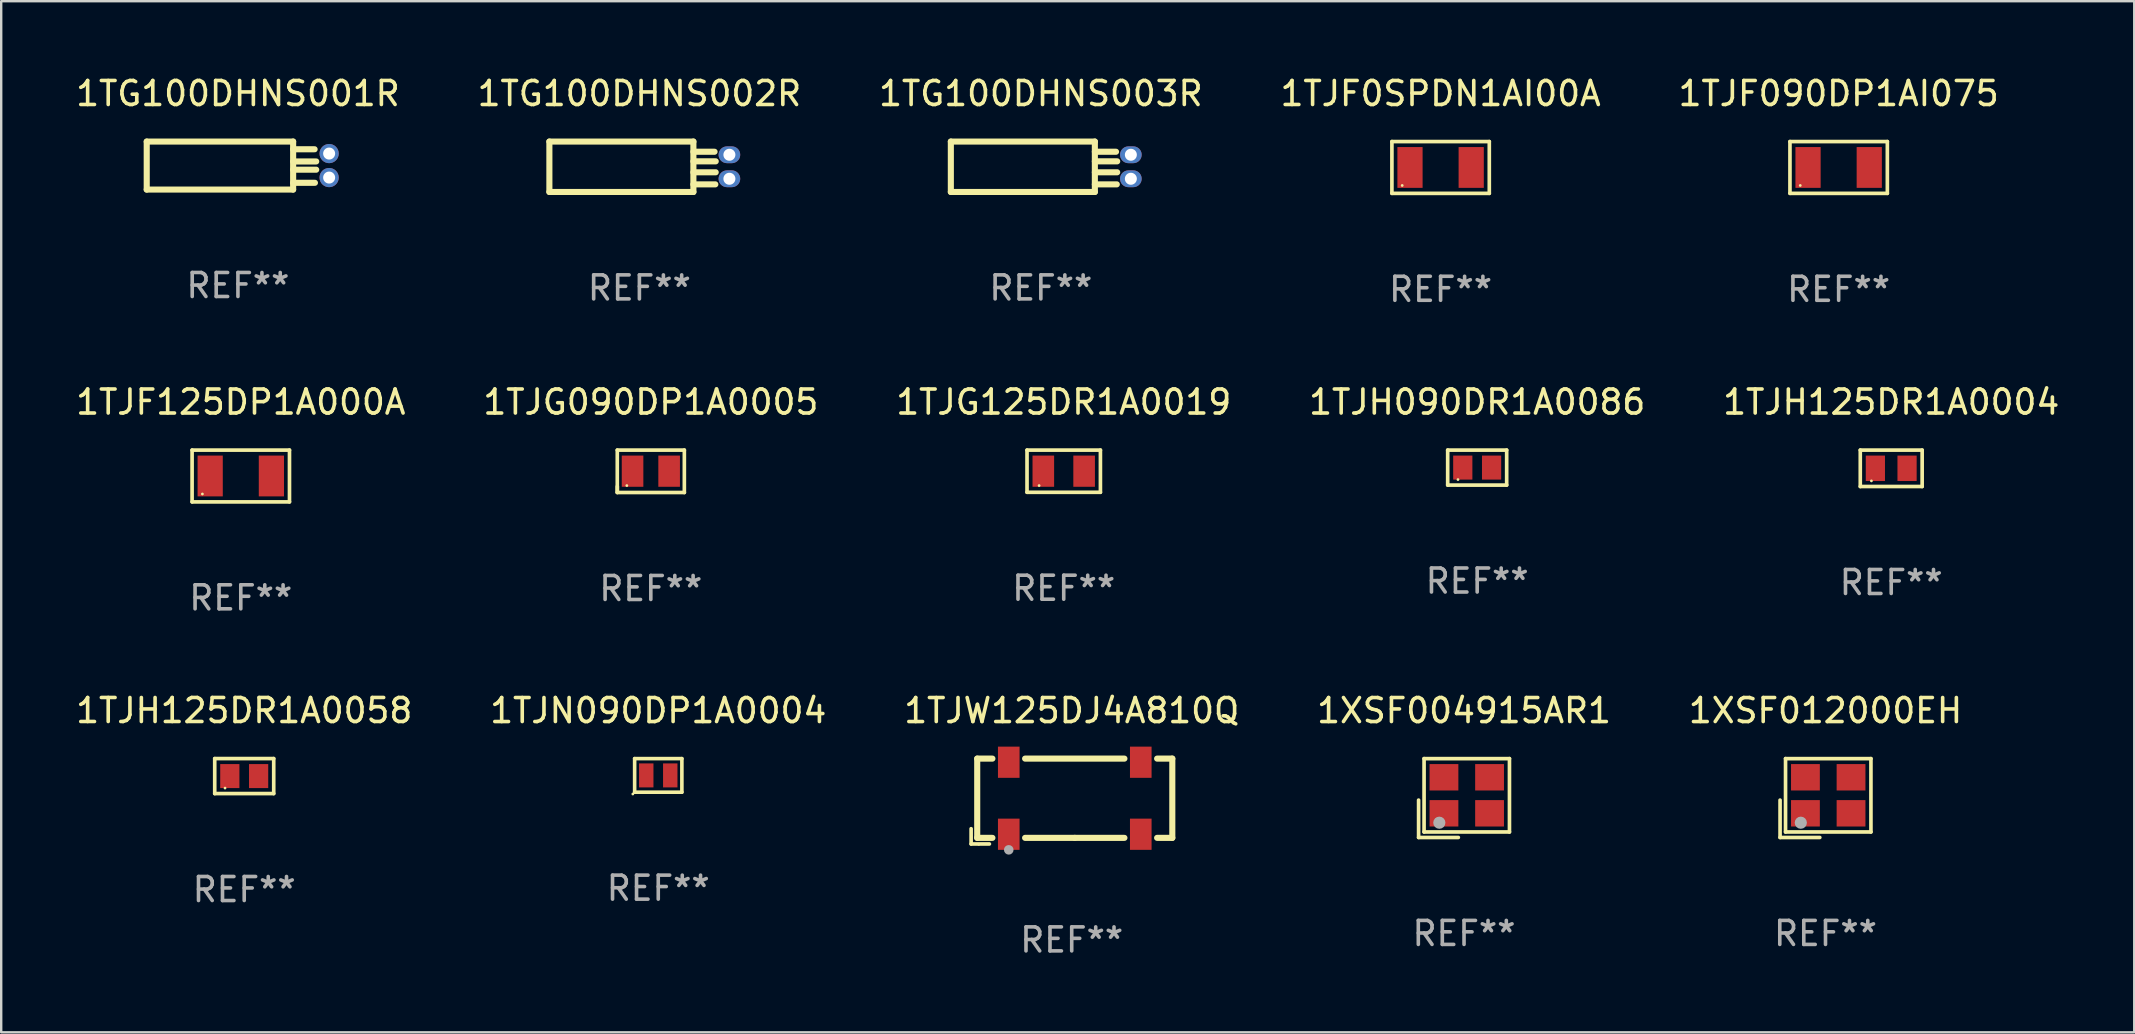
<source format=kicad_pcb>
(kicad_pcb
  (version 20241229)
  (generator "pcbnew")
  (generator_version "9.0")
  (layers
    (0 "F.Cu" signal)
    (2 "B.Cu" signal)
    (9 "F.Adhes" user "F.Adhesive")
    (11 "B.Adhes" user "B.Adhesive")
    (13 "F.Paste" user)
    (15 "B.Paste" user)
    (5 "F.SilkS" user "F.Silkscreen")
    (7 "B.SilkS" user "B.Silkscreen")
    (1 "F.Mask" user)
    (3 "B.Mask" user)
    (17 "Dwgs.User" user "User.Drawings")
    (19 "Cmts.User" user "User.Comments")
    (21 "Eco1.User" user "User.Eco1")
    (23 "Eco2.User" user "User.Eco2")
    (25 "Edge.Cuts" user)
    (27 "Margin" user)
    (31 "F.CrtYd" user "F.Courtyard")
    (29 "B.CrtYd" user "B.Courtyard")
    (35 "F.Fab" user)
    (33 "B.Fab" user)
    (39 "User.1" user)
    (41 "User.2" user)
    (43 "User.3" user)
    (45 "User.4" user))
  (footprint "1TJW125DJ4A810Q"
    (layer "F.Cu")
    (at 41.601 30.334)
    (property "Reference" "1TJW125DJ4A810Q" (at 0 -3.778 0) (layer "F.SilkS") (effects (font (size 1 1) (thickness 0.15))))
    (attr through_hole)
    (fp_line (start -4.191 1.143) (end -4.191 1.778) (stroke (width 0.152) (type solid)) (layer "F.SilkS"))
    (fp_line (start -4.191 1.778) (end -3.429 1.778) (stroke (width 0.152) (type solid)) (layer "F.SilkS"))
    (fp_line (start -3.937 -1.778) (end -3.304 -1.778) (stroke (width 0.254) (type solid)) (layer "F.SilkS"))
    (fp_line (start -3.937 1.524) (end -3.937 -1.778) (stroke (width 0.254) (type solid)) (layer "F.SilkS"))
    (fp_line (start -3.304 1.524) (end -3.937 1.524) (stroke (width 0.254) (type solid)) (layer "F.SilkS"))
    (fp_line (start -1.942 -1.778) (end 2.196 -1.778) (stroke (width 0.254) (type solid)) (layer "F.SilkS"))
    (fp_line (start 0.127 1.524) (end -1.942 1.524) (stroke (width 0.254) (type solid)) (layer "F.SilkS"))
    (fp_line (start 2.196 1.524) (end 0.127 1.524) (stroke (width 0.254) (type solid)) (layer "F.SilkS"))
    (fp_line (start 3.558 -1.778) (end 4.191 -1.778) (stroke (width 0.254) (type solid)) (layer "F.SilkS"))
    (fp_line (start 4.191 -1.778) (end 4.191 1.524) (stroke (width 0.254) (type solid)) (layer "F.SilkS"))
    (fp_line (start 4.191 1.524) (end 3.558 1.524) (stroke (width 0.254) (type solid)) (layer "F.SilkS"))
    (fp_circle (center -3.873 1.792) (end -3.843 1.792) (stroke (width 0.06) (type solid)) (fill no) (layer "F.SilkS"))
    (fp_circle (center -2.623 2.023) (end -2.523 2.023) (stroke (width 0.2) (type solid)) (fill no) (layer "F.Fab"))
    (fp_text user "REF**" (at 0 5.778 0) (layer "F.Fab") (effects (font (size 1 1) (thickness 0.15))))
    (pad "1" smd rect (at -2.623 1.373) (size 0.9 1.3) (layers "F.Cu" "F.Mask" "F.Paste"))
    (pad "2" smd rect (at 2.877 1.373) (size 0.9 1.3) (layers "F.Cu" "F.Mask" "F.Paste"))
    (pad "3" smd rect (at 2.877 -1.627) (size 0.9 1.3) (layers "F.Cu" "F.Mask" "F.Paste"))
    (pad "4" smd rect (at -2.623 -1.627) (size 0.9 1.3) (layers "F.Cu" "F.Mask" "F.Paste")))
  (footprint "1TJF0SPDN1AI00A"
    (layer "F.Cu")
    (at 56.97 3.927)
    (property "Reference" "1TJF0SPDN1AI00A" (at 0 -3.079 0) (layer "F.SilkS") (effects (font (size 1 1) (thickness 0.15))))
    (attr through_hole)
    (fp_line (start -2.029 -1.079) (end 2.029 -1.079) (stroke (width 0.152) (type solid)) (layer "F.SilkS"))
    (fp_line (start -2.029 1.079) (end -2.029 -1.079) (stroke (width 0.152) (type solid)) (layer "F.SilkS"))
    (fp_line (start 2.029 -1.079) (end 2.029 1.079) (stroke (width 0.152) (type solid)) (layer "F.SilkS"))
    (fp_line (start 2.029 1.079) (end -2.029 1.079) (stroke (width 0.152) (type solid)) (layer "F.SilkS"))
    (fp_circle (center -1.6 0.75) (end -1.57 0.75) (stroke (width 0.06) (type solid)) (fill no) (layer "F.SilkS"))
    (fp_text user "REF**" (at 0 5.079 0) (layer "F.Fab") (effects (font (size 1 1) (thickness 0.15))))
    (pad "1" smd rect (at -1.275 0) (size 1.05 1.7) (layers "F.Cu" "F.Mask" "F.Paste"))
    (pad "2" smd rect (at 1.275 0) (size 1.05 1.7) (layers "F.Cu" "F.Mask" "F.Paste")))
  (footprint "1TJG090DP1A0005"
    (layer "F.Cu")
    (at 24.065 16.586)
    (property "Reference" "1TJG090DP1A0005" (at 0 -2.884 0) (layer "F.SilkS") (effects (font (size 1 1) (thickness 0.15))))
    (attr through_hole)
    (fp_line (start -1.397 -0.884) (end 1.397 -0.884) (stroke (width 0.152) (type solid)) (layer "F.SilkS"))
    (fp_line (start -1.397 0.874) (end -1.397 -0.884) (stroke (width 0.152) (type solid)) (layer "F.SilkS"))
    (fp_line (start -1.397 0.884) (end -1.396 0.63) (stroke (width 0.152) (type solid)) (layer "F.SilkS"))
    (fp_line (start 1.397 -0.884) (end 1.397 0.884) (stroke (width 0.152) (type solid)) (layer "F.SilkS"))
    (fp_line (start 1.397 0.884) (end -1.397 0.884) (stroke (width 0.152) (type solid)) (layer "F.SilkS"))
    (fp_circle (center -0.999 0.595) (end -0.969 0.595) (stroke (width 0.06) (type solid)) (fill no) (layer "F.SilkS"))
    (fp_text user "REF**" (at 0 4.884 0) (layer "F.Fab") (effects (font (size 1 1) (thickness 0.15))))
    (pad "1" smd rect (at -0.761 -0.005) (size 0.9 1.3) (layers "F.Cu" "F.Mask" "F.Paste"))
    (pad "2" smd rect (at 0.763 -0.005) (size 0.9 1.3) (layers "F.Cu" "F.Mask" "F.Paste")))
  (footprint "1TJH125DR1A0004"
    (layer "F.Cu")
    (at 75.744 16.461)
    (property "Reference" "1TJH125DR1A0004" (at 0 -2.759 0) (layer "F.SilkS") (effects (font (size 1 1) (thickness 0.15))))
    (attr through_hole)
    (fp_line (start -1.289 -0.759) (end 1.289 -0.759) (stroke (width 0.152) (type solid)) (layer "F.SilkS"))
    (fp_line (start -1.289 0.759) (end -1.289 -0.759) (stroke (width 0.152) (type solid)) (layer "F.SilkS"))
    (fp_line (start 1.289 -0.759) (end 1.289 0.759) (stroke (width 0.152) (type solid)) (layer "F.SilkS"))
    (fp_line (start 1.289 0.759) (end -1.289 0.759) (stroke (width 0.152) (type solid)) (layer "F.SilkS"))
    (fp_circle (center -0.825 0.525) (end -0.795 0.525) (stroke (width 0.06) (type solid)) (fill no) (layer "F.SilkS"))
    (fp_text user "REF**" (at 0 4.759 0) (layer "F.Fab") (effects (font (size 1 1) (thickness 0.15))))
    (pad "1" smd rect (at -0.66 0) (size 0.8 1.06) (layers "F.Cu" "F.Mask" "F.Paste"))
    (pad "2" smd rect (at 0.66 0) (size 0.8 1.06) (layers "F.Cu" "F.Mask" "F.Paste")))
  (footprint "1TJN090DP1A0004"
    (layer "F.Cu")
    (at 24.375 29.256)
    (property "Reference" "1TJN090DP1A0004" (at 0 -2.7 0) (layer "F.SilkS") (effects (font (size 1 1) (thickness 0.15))))
    (attr through_hole)
    (fp_line (start -0.984 -0.7) (end -0.984 0.7) (stroke (width 0.15) (type solid)) (layer "F.SilkS"))
    (fp_line (start 0.984 -0.7) (end -0.984 -0.7) (stroke (width 0.15) (type solid)) (layer "F.SilkS"))
    (fp_line (start 0.984 0.7) (end -0.984 0.7) (stroke (width 0.15) (type solid)) (layer "F.SilkS"))
    (fp_line (start 0.984 -0.7) (end 0.984 0.7) (stroke (width 0.15) (type solid)) (layer "F.SilkS"))
    (fp_circle (center -1.059 0.775) (end -1.029 0.775) (stroke (width 0.06) (type solid)) (fill no) (layer "F.SilkS"))
    (fp_text user "REF**" (at 0 4.7 0) (layer "F.Fab") (effects (font (size 1 1) (thickness 0.15))))
    (pad "1" smd rect (at -0.5 0 90) (size 1 0.6) (layers "F.Cu" "F.Mask" "F.Paste"))
    (pad "2" smd rect (at 0.5 0 90) (size 1 0.6) (layers "F.Cu" "F.Mask" "F.Paste")))
  (footprint "1TG100DHNS001R"
    (layer "F.Cu")
    (at 6.863 3.848)
    (property "Reference" "1TG100DHNS001R" (at 0 -3 0) (layer "F.SilkS") (effects (font (size 1 1) (thickness 0.15))))
    (attr through_hole)
    (fp_line (start -3.8 1) (end -3.8 -1) (stroke (width 0.254) (type solid)) (layer "F.SilkS"))
    (fp_line (start 2.3 -1) (end -3.8 -1) (stroke (width 0.254) (type solid)) (layer "F.SilkS"))
    (fp_line (start 2.3 -1) (end 2.3 1) (stroke (width 0.254) (type solid)) (layer "F.SilkS"))
    (fp_line (start 2.3 -0.679) (end 3.195 -0.679) (stroke (width 0.254) (type solid)) (layer "F.SilkS"))
    (fp_line (start 2.3 -0.171) (end 3.262 -0.171) (stroke (width 0.254) (type solid)) (layer "F.SilkS"))
    (fp_line (start 2.3 0.172) (end 3.261 0.172) (stroke (width 0.254) (type solid)) (layer "F.SilkS"))
    (fp_line (start 2.3 0.718) (end 3.208 0.718) (stroke (width 0.254) (type solid)) (layer "F.SilkS"))
    (fp_line (start 2.3 1) (end -3.8 1) (stroke (width 0.254) (type solid)) (layer "F.SilkS"))
    (fp_circle (center -3.8 -1) (end -3.77 -1) (stroke (width 0.06) (type solid)) (fill no) (layer "F.SilkS"))
    (fp_text user "REF**" (at 0 5 0) (layer "F.Fab") (effects (font (size 1 1) (thickness 0.15))))
    (pad "1" thru_hole circle (at 3.8 -0.5) (size 0.8 0.8) (drill 0.5) (layers "*.Cu" "*.Mask"))
    (pad "2" thru_hole circle (at 3.8 0.5) (size 0.8 0.8) (drill 0.5) (layers "*.Cu" "*.Mask")))
  (footprint "1TJG125DR1A0019"
    (layer "F.Cu")
    (at 41.268 16.581)
    (property "Reference" "1TJG125DR1A0019" (at 0 -2.879 0) (layer "F.SilkS") (effects (font (size 1 1) (thickness 0.15))))
    (attr through_hole)
    (fp_line (start -1.529 -0.879) (end 1.529 -0.879) (stroke (width 0.152) (type solid)) (layer "F.SilkS"))
    (fp_line (start -1.529 0.879) (end -1.529 -0.879) (stroke (width 0.152) (type solid)) (layer "F.SilkS"))
    (fp_line (start 1.529 -0.879) (end 1.529 0.879) (stroke (width 0.152) (type solid)) (layer "F.SilkS"))
    (fp_line (start 1.529 0.879) (end -1.529 0.879) (stroke (width 0.152) (type solid)) (layer "F.SilkS"))
    (fp_circle (center -1.025 0.6) (end -0.995 0.6) (stroke (width 0.06) (type solid)) (fill no) (layer "F.SilkS"))
    (fp_text user "REF**" (at 0 4.879 0) (layer "F.Fab") (effects (font (size 1 1) (thickness 0.15))))
    (pad "1" smd rect (at -0.85 0) (size 0.9 1.3) (layers "F.Cu" "F.Mask" "F.Paste"))
    (pad "2" smd rect (at 0.85 0) (size 0.9 1.3) (layers "F.Cu" "F.Mask" "F.Paste")))
  (footprint "1TG100DHNS003R"
    (layer "F.Cu")
    (at 40.315 3.898)
    (property "Reference" "1TG100DHNS003R" (at 0 -3.05 0) (layer "F.SilkS") (effects (font (size 1 1) (thickness 0.15))))
    (attr through_hole)
    (fp_line (start -3.75 -1.05) (end -3.75 1.05) (stroke (width 0.254) (type solid)) (layer "F.SilkS"))
    (fp_line (start 2.25 -1.05) (end -3.75 -1.05) (stroke (width 0.254) (type solid)) (layer "F.SilkS"))
    (fp_line (start 2.25 -1.05) (end 2.25 1.05) (stroke (width 0.254) (type solid)) (layer "F.SilkS"))
    (fp_line (start 2.25 -0.626) (end 3.132 -0.626) (stroke (width 0.254) (type solid)) (layer "F.SilkS"))
    (fp_line (start 2.25 -0.226) (end 3.181 -0.226) (stroke (width 0.254) (type solid)) (layer "F.SilkS"))
    (fp_line (start 2.25 0.23) (end 3.18 0.23) (stroke (width 0.254) (type solid)) (layer "F.SilkS"))
    (fp_line (start 2.25 0.733) (end 3.164 0.733) (stroke (width 0.254) (type solid)) (layer "F.SilkS"))
    (fp_line (start 2.25 1.05) (end -3.75 1.05) (stroke (width 0.254) (type solid)) (layer "F.SilkS"))
    (fp_circle (center -3.74 -0.98) (end -3.71 -0.98) (stroke (width 0.06) (type solid)) (fill no) (layer "F.SilkS"))
    (fp_text user "REF**" (at 0 5.05 0) (layer "F.Fab") (effects (font (size 1 1) (thickness 0.15))))
    (pad "1" thru_hole oval (at 3.75 -0.5) (size 0.9 0.7) (drill 0.5) (layers "*.Cu" "*.Mask"))
    (pad "2" thru_hole oval (at 3.75 0.5) (size 0.9 0.7) (drill 0.5) (layers "*.Cu" "*.Mask")))
  (footprint "1TJH125DR1A0058"
    (layer "F.Cu")
    (at 7.125 29.284)
    (property "Reference" "1TJH125DR1A0058" (at 0 -2.729 0) (layer "F.SilkS") (effects (font (size 1 1) (thickness 0.15))))
    (attr through_hole)
    (fp_line (start -1.229 -0.729) (end 1.229 -0.729) (stroke (width 0.152) (type solid)) (layer "F.SilkS"))
    (fp_line (start -1.229 0.729) (end -1.229 -0.729) (stroke (width 0.152) (type solid)) (layer "F.SilkS"))
    (fp_line (start 1.229 -0.729) (end 1.229 0.729) (stroke (width 0.152) (type solid)) (layer "F.SilkS"))
    (fp_line (start 1.229 0.729) (end -1.229 0.729) (stroke (width 0.152) (type solid)) (layer "F.SilkS"))
    (fp_circle (center -0.8 0.5) (end -0.77 0.5) (stroke (width 0.06) (type solid)) (fill no) (layer "F.SilkS"))
    (fp_text user "REF**" (at 0 4.729 0) (layer "F.Fab") (effects (font (size 1 1) (thickness 0.15))))
    (pad "1" smd rect (at -0.6 0) (size 0.8 1) (layers "F.Cu" "F.Mask" "F.Paste"))
    (pad "2" smd rect (at 0.6 0) (size 0.8 1) (layers "F.Cu" "F.Mask" "F.Paste")))
  (footprint "1TJF125DP1A000A"
    (layer "F.Cu")
    (at 6.982 16.781)
    (property "Reference" "1TJF125DP1A000A" (at 0 -3.079 0) (layer "F.SilkS") (effects (font (size 1 1) (thickness 0.15))))
    (attr through_hole)
    (fp_line (start -2.029 -1.079) (end 2.029 -1.079) (stroke (width 0.152) (type solid)) (layer "F.SilkS"))
    (fp_line (start -2.029 1.079) (end -2.029 -1.079) (stroke (width 0.152) (type solid)) (layer "F.SilkS"))
    (fp_line (start 2.029 -1.079) (end 2.029 1.079) (stroke (width 0.152) (type solid)) (layer "F.SilkS"))
    (fp_line (start 2.029 1.079) (end -2.029 1.079) (stroke (width 0.152) (type solid)) (layer "F.SilkS"))
    (fp_circle (center -1.6 0.75) (end -1.57 0.75) (stroke (width 0.06) (type solid)) (fill no) (layer "F.SilkS"))
    (fp_text user "REF**" (at 0 5.079 0) (layer "F.Fab") (effects (font (size 1 1) (thickness 0.15))))
    (pad "1" smd rect (at -1.275 0) (size 1.05 1.7) (layers "F.Cu" "F.Mask" "F.Paste"))
    (pad "2" smd rect (at 1.275 0) (size 1.05 1.7) (layers "F.Cu" "F.Mask" "F.Paste")))
  (footprint "1XSF012000EH"
    (layer "F.Cu")
    (at 73.006 30.199)
    (property "Reference" "1XSF012000EH" (at 0 -3.643 0) (layer "F.SilkS") (effects (font (size 1 1) (thickness 0.15))))
    (attr through_hole)
    (fp_line (start -1.893 0.086) (end -1.893 1.643) (stroke (width 0.152) (type solid)) (layer "F.SilkS"))
    (fp_line (start -1.893 1.643) (end -0.237 1.643) (stroke (width 0.152) (type solid)) (layer "F.SilkS"))
    (fp_line (start -1.665 -1.643) (end 1.893 -1.643) (stroke (width 0.152) (type solid)) (layer "F.SilkS"))
    (fp_line (start -1.665 1.414) (end -1.665 -1.643) (stroke (width 0.152) (type solid)) (layer "F.SilkS"))
    (fp_line (start 1.893 -1.643) (end 1.893 1.414) (stroke (width 0.152) (type solid)) (layer "F.SilkS"))
    (fp_line (start 1.893 1.414) (end -1.665 1.414) (stroke (width 0.152) (type solid)) (layer "F.SilkS"))
    (fp_circle (center -1.136 0.885) (end -1.106 0.885) (stroke (width 0.06) (type solid)) (fill no) (layer "F.SilkS"))
    (fp_circle (center -1.029 1.028) (end -0.902 1.028) (stroke (width 0.254) (type solid)) (fill no) (layer "F.Fab"))
    (fp_text user "REF**" (at 0 5.643 0) (layer "F.Fab") (effects (font (size 1 1) (thickness 0.15))))
    (pad "1" smd rect (at -0.836 0.636) (size 1.2 1.1) (layers "F.Cu" "F.Mask" "F.Paste"))
    (pad "2" smd rect (at 1.064 0.636) (size 1.2 1.1) (layers "F.Cu" "F.Mask" "F.Paste"))
    (pad "3" smd rect (at 1.064 -0.865) (size 1.2 1.1) (layers "F.Cu" "F.Mask" "F.Paste"))
    (pad "4" smd rect (at -0.836 -0.865) (size 1.2 1.1) (layers "F.Cu" "F.Mask" "F.Paste")))
  (footprint "1TJH090DR1A0086"
    (layer "F.Cu")
    (at 58.494 16.431)
    (property "Reference" "1TJH090DR1A0086" (at 0 -2.729 0) (layer "F.SilkS") (effects (font (size 1 1) (thickness 0.15))))
    (attr through_hole)
    (fp_line (start -1.229 -0.729) (end 1.229 -0.729) (stroke (width 0.152) (type solid)) (layer "F.SilkS"))
    (fp_line (start -1.229 0.729) (end -1.229 -0.729) (stroke (width 0.152) (type solid)) (layer "F.SilkS"))
    (fp_line (start 1.229 -0.729) (end 1.229 0.729) (stroke (width 0.152) (type solid)) (layer "F.SilkS"))
    (fp_line (start 1.229 0.729) (end -1.229 0.729) (stroke (width 0.152) (type solid)) (layer "F.SilkS"))
    (fp_circle (center -0.8 0.5) (end -0.77 0.5) (stroke (width 0.06) (type solid)) (fill no) (layer "F.SilkS"))
    (fp_text user "REF**" (at 0 4.729 0) (layer "F.Fab") (effects (font (size 1 1) (thickness 0.15))))
    (pad "1" smd rect (at -0.6 0) (size 0.8 1) (layers "F.Cu" "F.Mask" "F.Paste"))
    (pad "2" smd rect (at 0.6 0) (size 0.8 1) (layers "F.Cu" "F.Mask" "F.Paste")))
  (footprint "1XSF004915AR1"
    (layer "F.Cu")
    (at 57.946 30.199)
    (property "Reference" "1XSF004915AR1" (at 0 -3.643 0) (layer "F.SilkS") (effects (font (size 1 1) (thickness 0.15))))
    (attr through_hole)
    (fp_line (start -1.893 0.086) (end -1.893 1.643) (stroke (width 0.152) (type solid)) (layer "F.SilkS"))
    (fp_line (start -1.893 1.643) (end -0.237 1.643) (stroke (width 0.152) (type solid)) (layer "F.SilkS"))
    (fp_line (start -1.665 -1.643) (end 1.893 -1.643) (stroke (width 0.152) (type solid)) (layer "F.SilkS"))
    (fp_line (start -1.665 1.414) (end -1.665 -1.643) (stroke (width 0.152) (type solid)) (layer "F.SilkS"))
    (fp_line (start 1.893 -1.643) (end 1.893 1.414) (stroke (width 0.152) (type solid)) (layer "F.SilkS"))
    (fp_line (start 1.893 1.414) (end -1.665 1.414) (stroke (width 0.152) (type solid)) (layer "F.SilkS"))
    (fp_circle (center -1.136 0.885) (end -1.106 0.885) (stroke (width 0.06) (type solid)) (fill no) (layer "F.SilkS"))
    (fp_circle (center -1.029 1.028) (end -0.902 1.028) (stroke (width 0.254) (type solid)) (fill no) (layer "F.Fab"))
    (fp_text user "REF**" (at 0 5.643 0) (layer "F.Fab") (effects (font (size 1 1) (thickness 0.15))))
    (pad "1" smd rect (at -0.836 0.636) (size 1.2 1.1) (layers "F.Cu" "F.Mask" "F.Paste"))
    (pad "2" smd rect (at 1.064 0.636) (size 1.2 1.1) (layers "F.Cu" "F.Mask" "F.Paste"))
    (pad "3" smd rect (at 1.064 -0.865) (size 1.2 1.1) (layers "F.Cu" "F.Mask" "F.Paste"))
    (pad "4" smd rect (at -0.836 -0.865) (size 1.2 1.1) (layers "F.Cu" "F.Mask" "F.Paste")))
  (footprint "1TG100DHNS002R"
    (layer "F.Cu")
    (at 23.589 3.898)
    (property "Reference" "1TG100DHNS002R" (at 0 -3.05 0) (layer "F.SilkS") (effects (font (size 1 1) (thickness 0.15))))
    (attr through_hole)
    (fp_line (start -3.75 -1.05) (end -3.75 1.05) (stroke (width 0.254) (type solid)) (layer "F.SilkS"))
    (fp_line (start 2.25 -1.05) (end -3.75 -1.05) (stroke (width 0.254) (type solid)) (layer "F.SilkS"))
    (fp_line (start 2.25 -1.05) (end 2.25 1.05) (stroke (width 0.254) (type solid)) (layer "F.SilkS"))
    (fp_line (start 2.25 -0.626) (end 3.132 -0.626) (stroke (width 0.254) (type solid)) (layer "F.SilkS"))
    (fp_line (start 2.25 -0.226) (end 3.181 -0.226) (stroke (width 0.254) (type solid)) (layer "F.SilkS"))
    (fp_line (start 2.25 0.23) (end 3.18 0.23) (stroke (width 0.254) (type solid)) (layer "F.SilkS"))
    (fp_line (start 2.25 0.733) (end 3.164 0.733) (stroke (width 0.254) (type solid)) (layer "F.SilkS"))
    (fp_line (start 2.25 1.05) (end -3.75 1.05) (stroke (width 0.254) (type solid)) (layer "F.SilkS"))
    (fp_circle (center -3.74 -0.98) (end -3.71 -0.98) (stroke (width 0.06) (type solid)) (fill no) (layer "F.SilkS"))
    (fp_text user "REF**" (at 0 5.05 0) (layer "F.Fab") (effects (font (size 1 1) (thickness 0.15))))
    (pad "1" thru_hole oval (at 3.75 -0.5) (size 0.9 0.7) (drill 0.5) (layers "*.Cu" "*.Mask"))
    (pad "2" thru_hole oval (at 3.75 0.5) (size 0.9 0.7) (drill 0.5) (layers "*.Cu" "*.Mask")))
  (footprint "1TJF090DP1AI075"
    (layer "F.Cu")
    (at 73.554 3.927)
    (property "Reference" "1TJF090DP1AI075" (at 0 -3.079 0) (layer "F.SilkS") (effects (font (size 1 1) (thickness 0.15))))
    (attr through_hole)
    (fp_line (start -2.029 -1.079) (end 2.029 -1.079) (stroke (width 0.152) (type solid)) (layer "F.SilkS"))
    (fp_line (start -2.029 1.079) (end -2.029 -1.079) (stroke (width 0.152) (type solid)) (layer "F.SilkS"))
    (fp_line (start 2.029 -1.079) (end 2.029 1.079) (stroke (width 0.152) (type solid)) (layer "F.SilkS"))
    (fp_line (start 2.029 1.079) (end -2.029 1.079) (stroke (width 0.152) (type solid)) (layer "F.SilkS"))
    (fp_circle (center -1.6 0.75) (end -1.57 0.75) (stroke (width 0.06) (type solid)) (fill no) (layer "F.SilkS"))
    (fp_text user "REF**" (at 0 5.079 0) (layer "F.Fab") (effects (font (size 1 1) (thickness 0.15))))
    (pad "1" smd rect (at -1.275 0) (size 1.05 1.7) (layers "F.Cu" "F.Mask" "F.Paste"))
    (pad "2" smd rect (at 1.275 0) (size 1.05 1.7) (layers "F.Cu" "F.Mask" "F.Paste")))
  (gr_rect
    (start -3 -3)
    (end 85.869 39.96)
    (stroke (width 0.1) (type default))
    (fill no)
    (layer "Edge.Cuts")))
</source>
